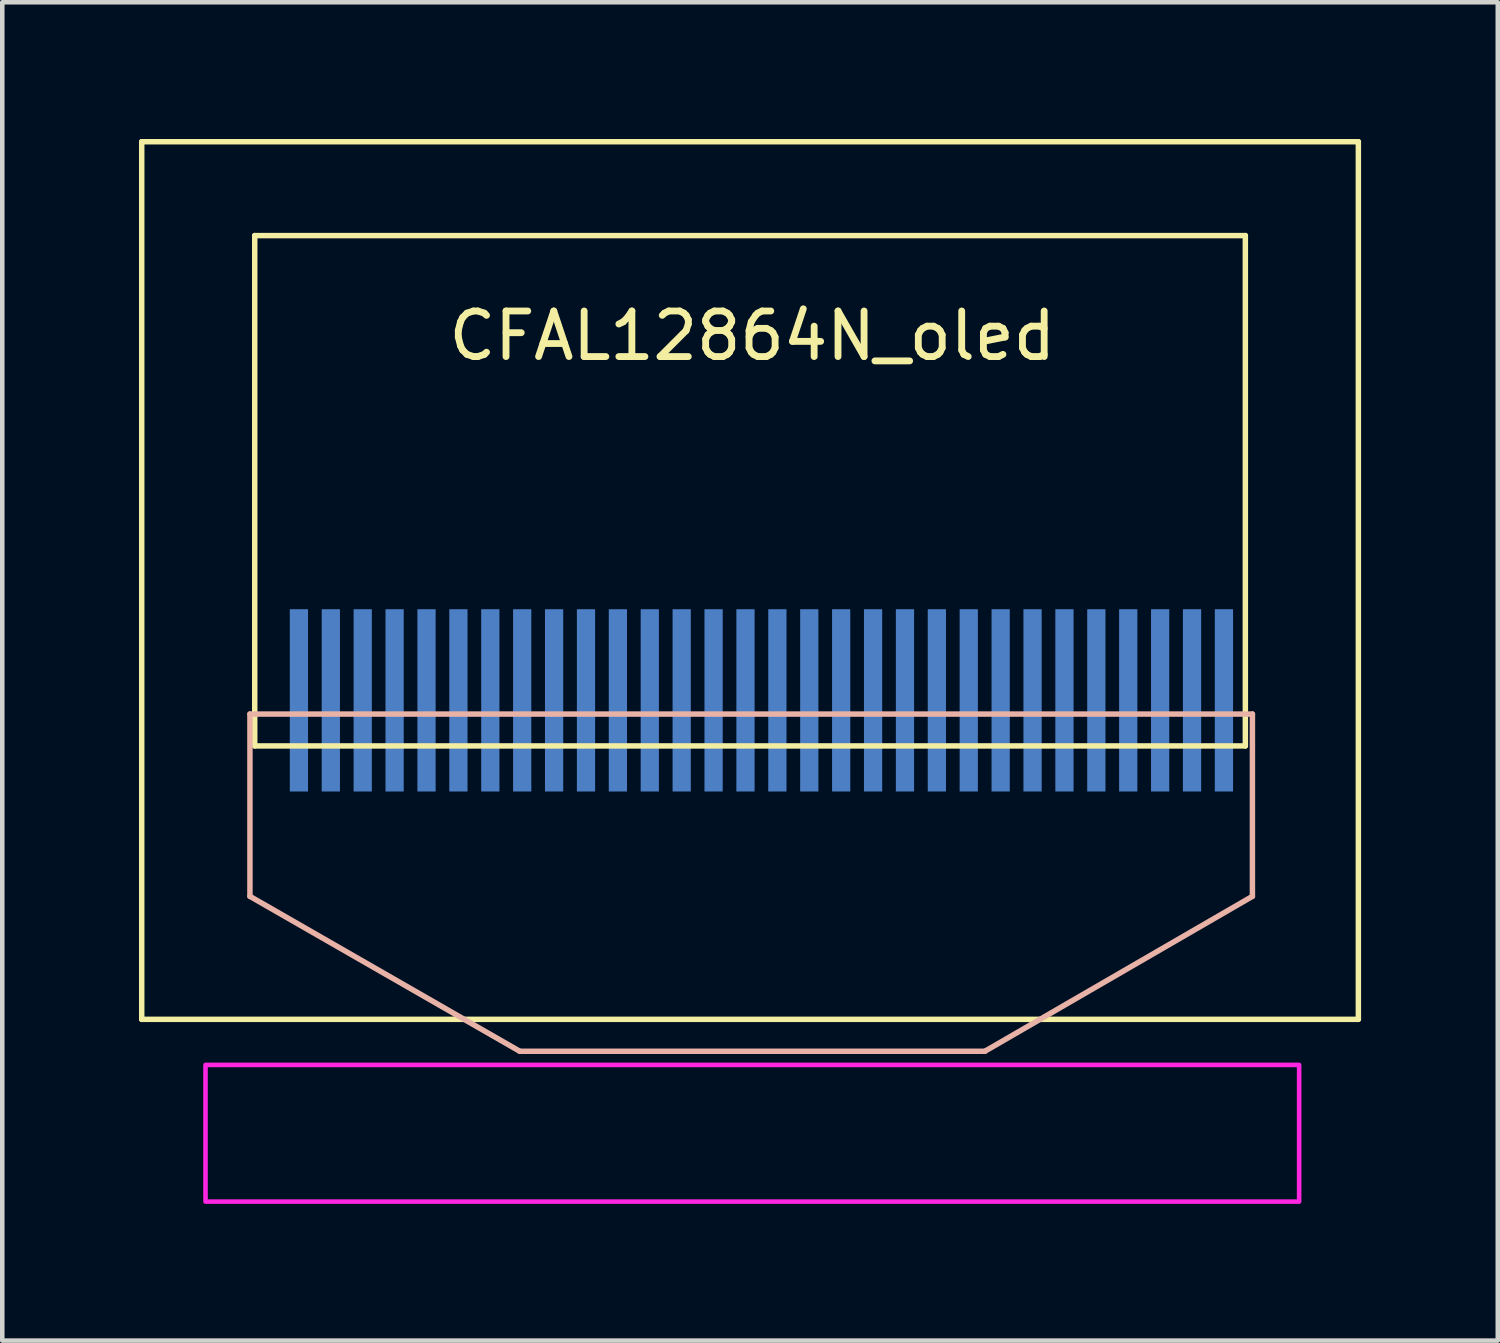
<source format=kicad_pcb>
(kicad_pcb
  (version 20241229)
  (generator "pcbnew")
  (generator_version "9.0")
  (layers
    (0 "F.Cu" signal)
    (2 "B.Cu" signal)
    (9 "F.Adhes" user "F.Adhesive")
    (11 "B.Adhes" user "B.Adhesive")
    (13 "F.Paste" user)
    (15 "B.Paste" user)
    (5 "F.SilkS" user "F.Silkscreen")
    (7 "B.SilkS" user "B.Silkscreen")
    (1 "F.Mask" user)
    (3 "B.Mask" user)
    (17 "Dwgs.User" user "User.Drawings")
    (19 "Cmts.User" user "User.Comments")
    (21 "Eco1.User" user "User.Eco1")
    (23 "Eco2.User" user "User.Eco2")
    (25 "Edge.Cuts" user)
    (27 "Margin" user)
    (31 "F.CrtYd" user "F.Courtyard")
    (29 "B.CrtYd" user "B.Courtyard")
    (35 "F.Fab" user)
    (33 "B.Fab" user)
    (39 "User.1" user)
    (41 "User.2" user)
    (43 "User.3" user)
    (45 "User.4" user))
  (footprint "CFAL12864N_oled"
    (layer "F.Cu")
    (at 13.46 16.32)
    (property "Reference" "CFAL12864N_oled" (at 0 -12 0) (layer "F.SilkS") (effects (font (size 1 1) (thickness 0.15))))
    (attr through_hole)
    (fp_line (start -13.4 -16.26) (end 13.3 -16.26) (stroke (width 0.12) (type solid)) (layer "F.SilkS"))
    (fp_line (start -13.4 3) (end -13.4 -16.26) (stroke (width 0.12) (type solid)) (layer "F.SilkS"))
    (fp_line (start -13.4 3) (end 13.3 3) (stroke (width 0.12) (type solid)) (layer "F.SilkS"))
    (fp_line (start -10.92 -14.2) (end 10.82 -14.2) (stroke (width 0.12) (type solid)) (layer "F.SilkS"))
    (fp_line (start -10.92 -3) (end -10.92 -14.2) (stroke (width 0.12) (type solid)) (layer "F.SilkS"))
    (fp_line (start -10.92 -3) (end 10.82 -3) (stroke (width 0.12) (type solid)) (layer "F.SilkS"))
    (fp_line (start 10.82 -3) (end 10.82 -14.2) (stroke (width 0.12) (type solid)) (layer "F.SilkS"))
    (fp_line (start 13.3 3) (end 13.3 -16.26) (stroke (width 0.12) (type solid)) (layer "F.SilkS"))
    (fp_line (start -11.025 -3.7) (end -11.025 0.301) (stroke (width 0.12) (type solid)) (layer "B.SilkS"))
    (fp_line (start -11.025 -3.7) (end 10.975 -3.7) (stroke (width 0.12) (type solid)) (layer "B.SilkS"))
    (fp_line (start -11.025 0.301) (end -5.105 3.7) (stroke (width 0.12) (type solid)) (layer "B.SilkS"))
    (fp_line (start -5.105 3.7) (end 5.105 3.7) (stroke (width 0.12) (type solid)) (layer "B.SilkS"))
    (fp_line (start 5.105 3.7) (end 10.975 0.301) (stroke (width 0.12) (type solid)) (layer "B.SilkS"))
    (fp_line (start 10.975 -3.7) (end 10.975 0.301) (stroke (width 0.12) (type solid)) (layer "B.SilkS"))
    (fp_poly (pts (xy 12 7) (xy -12 7) (xy -12 4) (xy 12 4)) (stroke (width 0.1) (type solid)) (fill no) (layer "F.CrtYd"))
    (pad "1" smd rect (at -9.95 -4) (size 0.4 4) (layers "B.Cu" "B.Mask" "B.Paste"))
    (pad "2" smd rect (at -9.25 -4) (size 0.4 4) (layers "B.Cu" "B.Mask" "B.Paste"))
    (pad "3" smd rect (at -8.55 -4) (size 0.4 4) (layers "B.Cu" "B.Mask" "B.Paste"))
    (pad "4" smd rect (at -7.85 -4) (size 0.4 4) (layers "B.Cu" "B.Mask" "B.Paste"))
    (pad "5" smd rect (at -7.15 -4) (size 0.4 4) (layers "B.Cu" "B.Mask" "B.Paste"))
    (pad "6" smd rect (at -6.45 -4) (size 0.4 4) (layers "B.Cu" "B.Mask" "B.Paste"))
    (pad "7" smd rect (at -5.75 -4) (size 0.4 4) (layers "B.Cu" "B.Mask" "B.Paste"))
    (pad "8" smd rect (at -5.05 -4) (size 0.4 4) (layers "B.Cu" "B.Mask" "B.Paste"))
    (pad "9" smd rect (at -4.35 -4) (size 0.4 4) (layers "B.Cu" "B.Mask" "B.Paste"))
    (pad "10" smd rect (at -3.65 -4) (size 0.4 4) (layers "B.Cu" "B.Mask" "B.Paste"))
    (pad "11" smd rect (at -2.95 -4) (size 0.4 4) (layers "B.Cu" "B.Mask" "B.Paste"))
    (pad "12" smd rect (at -2.25 -4) (size 0.4 4) (layers "B.Cu" "B.Mask" "B.Paste"))
    (pad "13" smd rect (at -1.55 -4) (size 0.4 4) (layers "B.Cu" "B.Mask" "B.Paste"))
    (pad "14" smd rect (at -0.85 -4) (size 0.4 4) (layers "B.Cu" "B.Mask" "B.Paste"))
    (pad "15" smd rect (at -0.15 -4) (size 0.4 4) (layers "B.Cu" "B.Mask" "B.Paste"))
    (pad "16" smd rect (at 0.55 -4) (size 0.4 4) (layers "B.Cu" "B.Mask" "B.Paste"))
    (pad "17" smd rect (at 1.25 -4) (size 0.4 4) (layers "B.Cu" "B.Mask" "B.Paste"))
    (pad "18" smd rect (at 1.95 -4) (size 0.4 4) (layers "B.Cu" "B.Mask" "B.Paste"))
    (pad "19" smd rect (at 2.65 -4) (size 0.4 4) (layers "B.Cu" "B.Mask" "B.Paste"))
    (pad "20" smd rect (at 3.35 -4) (size 0.4 4) (layers "B.Cu" "B.Mask" "B.Paste"))
    (pad "21" smd rect (at 4.05 -4) (size 0.4 4) (layers "B.Cu" "B.Mask" "B.Paste"))
    (pad "22" smd rect (at 4.75 -4) (size 0.4 4) (layers "B.Cu" "B.Mask" "B.Paste"))
    (pad "23" smd rect (at 5.45 -4) (size 0.4 4) (layers "B.Cu" "B.Mask" "B.Paste"))
    (pad "24" smd rect (at 6.15 -4) (size 0.4 4) (layers "B.Cu" "B.Mask" "B.Paste"))
    (pad "25" smd rect (at 6.85 -4) (size 0.4 4) (layers "B.Cu" "B.Mask" "B.Paste"))
    (pad "26" smd rect (at 7.55 -4) (size 0.4 4) (layers "B.Cu" "B.Mask" "B.Paste"))
    (pad "27" smd rect (at 8.25 -4) (size 0.4 4) (layers "B.Cu" "B.Mask" "B.Paste"))
    (pad "28" smd rect (at 8.95 -4) (size 0.4 4) (layers "B.Cu" "B.Mask" "B.Paste"))
    (pad "29" smd rect (at 9.65 -4) (size 0.4 4) (layers "B.Cu" "B.Mask" "B.Paste"))
    (pad "30" smd rect (at 10.35 -4) (size 0.4 4) (layers "B.Cu" "B.Mask" "B.Paste")))
  (gr_rect
    (start -3 -3)
    (end 29.82 26.37)
    (stroke (width 0.1) (type default))
    (fill no)
    (layer "Edge.Cuts")))
</source>
